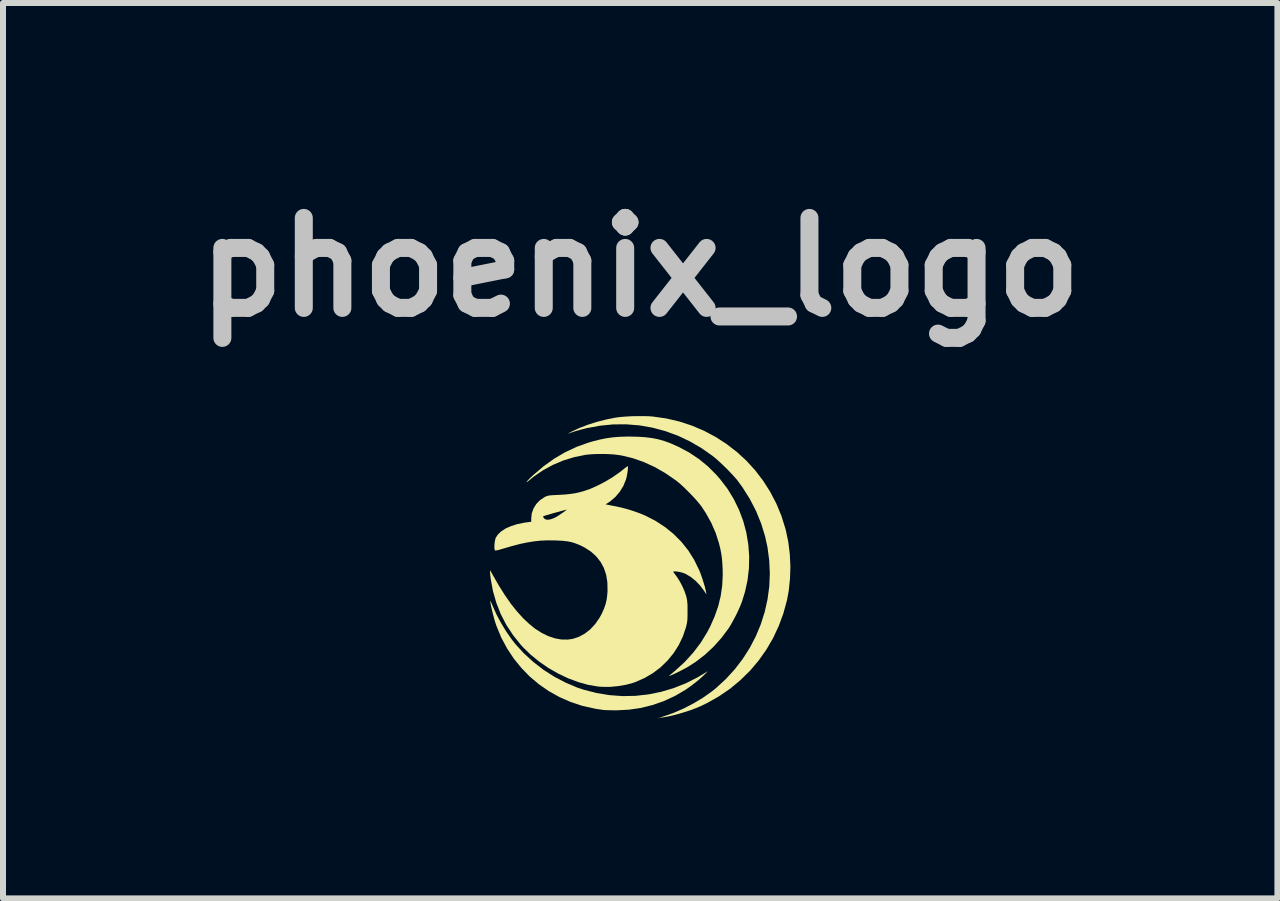
<source format=kicad_pcb>
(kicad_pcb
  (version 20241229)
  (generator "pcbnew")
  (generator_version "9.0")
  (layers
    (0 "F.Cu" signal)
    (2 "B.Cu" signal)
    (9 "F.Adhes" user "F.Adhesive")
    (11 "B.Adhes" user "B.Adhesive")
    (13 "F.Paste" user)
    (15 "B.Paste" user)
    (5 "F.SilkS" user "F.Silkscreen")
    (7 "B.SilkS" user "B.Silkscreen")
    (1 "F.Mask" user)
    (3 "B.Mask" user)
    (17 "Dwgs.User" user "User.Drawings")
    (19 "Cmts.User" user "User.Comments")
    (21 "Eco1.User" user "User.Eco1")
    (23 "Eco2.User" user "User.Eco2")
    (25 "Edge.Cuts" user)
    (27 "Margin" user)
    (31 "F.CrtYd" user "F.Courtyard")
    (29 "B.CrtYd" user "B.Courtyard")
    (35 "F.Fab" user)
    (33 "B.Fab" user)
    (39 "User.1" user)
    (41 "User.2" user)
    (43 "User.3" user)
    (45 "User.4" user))
  (footprint "phoenix_logo"
    (layer "F.Cu")
    (at 7.621 6.404)
    (property "Reference" "phoenix_logo" (at 0 -5 0) (layer "Dwgs.User") (effects (font (size 1.5 1.5) (thickness 0.3))))
    (attr board_only exclude_from_pos_files exclude_from_bom)
    (fp_poly (pts (xy 0.306 2.516) (xy 0.301 2.521) (xy 0.296 2.516) (xy 0.301 2.51)) (stroke (width 0) (type solid)) (fill yes) (layer "F.SilkS"))
    (fp_poly (pts (xy -2.496 0.563) (xy -2.487 0.582) (xy -2.473 0.613) (xy -2.459 0.646) (xy -2.396 0.787) (xy -2.319 0.931) (xy -2.233 1.072) (xy -2.142 1.203) (xy -2.079 1.283) (xy -1.938 1.437) (xy -1.781 1.58) (xy -1.613 1.71) (xy -1.433 1.825) (xy -1.246 1.923) (xy -1.054 2.005) (xy -0.944 2.042) (xy -0.73 2.097) (xy -0.513 2.133) (xy -0.296 2.149) (xy -0.079 2.145) (xy 0.136 2.121) (xy 0.349 2.078) (xy 0.558 2.016) (xy 0.762 1.935) (xy 0.96 1.835) (xy 1.072 1.768) (xy 1.128 1.733) (xy 1.087 1.776) (xy 1.04 1.821) (xy 0.981 1.874) (xy 0.913 1.929) (xy 0.843 1.982) (xy 0.774 2.031) (xy 0.755 2.044) (xy 0.581 2.146) (xy 0.397 2.231) (xy 0.206 2.298) (xy 0.008 2.347) (xy -0.192 2.376) (xy -0.394 2.386) (xy -0.416 2.386) (xy -0.473 2.385) (xy -0.527 2.384) (xy -0.571 2.383) (xy -0.601 2.381) (xy -0.607 2.381) (xy -0.634 2.377) (xy -0.675 2.371) (xy -0.724 2.364) (xy -0.761 2.357) (xy -0.964 2.312) (xy -1.158 2.248) (xy -1.344 2.166) (xy -1.52 2.068) (xy -1.685 1.954) (xy -1.839 1.825) (xy -1.979 1.681) (xy -2.106 1.525) (xy -2.218 1.356) (xy -2.315 1.175) (xy -2.394 0.984) (xy -2.407 0.947) (xy -2.422 0.901) (xy -2.437 0.846) (xy -2.453 0.786) (xy -2.468 0.725) (xy -2.481 0.668) (xy -2.492 0.618) (xy -2.498 0.58) (xy -2.5 0.56)) (stroke (width 0) (type solid)) (fill yes) (layer "F.SilkS"))
    (fp_poly (pts (xy 0.141 -2.516) (xy 0.209 -2.511) (xy 0.434 -2.479) (xy 0.653 -2.428) (xy 0.864 -2.359) (xy 1.066 -2.273) (xy 1.259 -2.17) (xy 1.441 -2.052) (xy 1.612 -1.92) (xy 1.772 -1.773) (xy 1.918 -1.613) (xy 2.05 -1.44) (xy 2.167 -1.256) (xy 2.269 -1.061) (xy 2.354 -0.856) (xy 2.421 -0.641) (xy 2.428 -0.615) (xy 2.469 -0.42) (xy 2.494 -0.217) (xy 2.504 -0.011) (xy 2.497 0.195) (xy 2.476 0.395) (xy 2.448 0.546) (xy 2.388 0.767) (xy 2.31 0.98) (xy 2.215 1.183) (xy 2.102 1.376) (xy 1.974 1.557) (xy 1.831 1.726) (xy 1.672 1.882) (xy 1.5 2.025) (xy 1.313 2.153) (xy 1.115 2.265) (xy 1.005 2.318) (xy 0.928 2.35) (xy 0.841 2.383) (xy 0.746 2.414) (xy 0.65 2.443) (xy 0.557 2.468) (xy 0.472 2.488) (xy 0.398 2.501) (xy 0.372 2.505) (xy 0.311 2.511) (xy 0.394 2.486) (xy 0.559 2.428) (xy 0.726 2.355) (xy 0.89 2.27) (xy 1.047 2.176) (xy 1.191 2.074) (xy 1.26 2.019) (xy 1.427 1.866) (xy 1.577 1.702) (xy 1.711 1.527) (xy 1.828 1.343) (xy 1.928 1.151) (xy 2.011 0.951) (xy 2.076 0.745) (xy 2.123 0.535) (xy 2.152 0.321) (xy 2.161 0.104) (xy 2.151 -0.114) (xy 2.122 -0.333) (xy 2.082 -0.514) (xy 2.016 -0.729) (xy 1.931 -0.937) (xy 1.827 -1.138) (xy 1.706 -1.33) (xy 1.616 -1.453) (xy 1.575 -1.5) (xy 1.523 -1.557) (xy 1.464 -1.619) (xy 1.4 -1.682) (xy 1.336 -1.743) (xy 1.277 -1.797) (xy 1.225 -1.84) (xy 1.214 -1.849) (xy 1.026 -1.982) (xy 0.83 -2.096) (xy 0.627 -2.192) (xy 0.419 -2.268) (xy 0.207 -2.325) (xy -0.009 -2.363) (xy -0.228 -2.381) (xy -0.449 -2.38) (xy -0.671 -2.358) (xy -0.893 -2.317) (xy -0.991 -2.292) (xy -1.044 -2.277) (xy -1.092 -2.263) (xy -1.132 -2.25) (xy -1.157 -2.241) (xy -1.159 -2.241) (xy -1.189 -2.229) (xy -1.201 -2.226) (xy -1.195 -2.231) (xy -1.172 -2.244) (xy -1.148 -2.257) (xy -1.018 -2.318) (xy -0.873 -2.374) (xy -0.718 -2.423) (xy -0.56 -2.463) (xy -0.403 -2.494) (xy -0.393 -2.495) (xy -0.321 -2.504) (xy -0.234 -2.511) (xy -0.139 -2.516) (xy -0.041 -2.518) (xy 0.055 -2.518)) (stroke (width 0) (type solid)) (fill yes) (layer "F.SilkS"))
    (fp_poly (pts (xy -0.039 -2.174) (xy 0.086 -2.166) (xy 0.198 -2.152) (xy 0.304 -2.131) (xy 0.407 -2.101) (xy 0.511 -2.063) (xy 0.62 -2.014) (xy 0.638 -2.006) (xy 0.815 -1.912) (xy 0.977 -1.804) (xy 1.128 -1.681) (xy 1.268 -1.541) (xy 1.335 -1.464) (xy 1.457 -1.304) (xy 1.561 -1.133) (xy 1.648 -0.954) (xy 1.718 -0.768) (xy 1.769 -0.577) (xy 1.802 -0.381) (xy 1.817 -0.183) (xy 1.813 0.016) (xy 1.79 0.215) (xy 1.747 0.412) (xy 1.696 0.576) (xy 1.668 0.647) (xy 1.632 0.728) (xy 1.591 0.813) (xy 1.547 0.895) (xy 1.505 0.97) (xy 1.472 1.022) (xy 1.354 1.18) (xy 1.222 1.327) (xy 1.077 1.462) (xy 0.923 1.58) (xy 0.8 1.659) (xy 0.759 1.682) (xy 0.713 1.707) (xy 0.664 1.732) (xy 0.617 1.756) (xy 0.572 1.777) (xy 0.533 1.795) (xy 0.504 1.807) (xy 0.486 1.813) (xy 0.482 1.811) (xy 0.485 1.809) (xy 0.496 1.799) (xy 0.52 1.779) (xy 0.552 1.752) (xy 0.582 1.727) (xy 0.74 1.583) (xy 0.883 1.426) (xy 1.01 1.259) (xy 1.119 1.081) (xy 1.169 0.985) (xy 1.244 0.814) (xy 1.302 0.647) (xy 1.342 0.48) (xy 1.367 0.31) (xy 1.376 0.132) (xy 1.375 0.041) (xy 1.37 -0.058) (xy 1.363 -0.144) (xy 1.352 -0.223) (xy 1.337 -0.303) (xy 1.315 -0.39) (xy 1.312 -0.403) (xy 1.258 -0.571) (xy 1.185 -0.739) (xy 1.094 -0.902) (xy 1.023 -1.01) (xy 0.983 -1.062) (xy 0.931 -1.123) (xy 0.87 -1.189) (xy 0.805 -1.256) (xy 0.74 -1.321) (xy 0.677 -1.379) (xy 0.62 -1.427) (xy 0.597 -1.445) (xy 0.42 -1.567) (xy 0.24 -1.67) (xy 0.058 -1.753) (xy -0.124 -1.817) (xy -0.307 -1.861) (xy -0.378 -1.872) (xy -0.452 -1.88) (xy -0.539 -1.885) (xy -0.633 -1.887) (xy -0.727 -1.886) (xy -0.815 -1.882) (xy -0.892 -1.875) (xy -0.913 -1.872) (xy -1.1 -1.834) (xy -1.282 -1.778) (xy -1.457 -1.704) (xy -1.622 -1.614) (xy -1.775 -1.509) (xy -1.836 -1.459) (xy -1.869 -1.432) (xy -1.888 -1.419) (xy -1.895 -1.417) (xy -1.89 -1.427) (xy -1.874 -1.446) (xy -1.848 -1.473) (xy -1.813 -1.507) (xy -1.777 -1.54) (xy -1.606 -1.685) (xy -1.431 -1.81) (xy -1.25 -1.916) (xy -1.061 -2.005) (xy -0.865 -2.075) (xy -0.791 -2.097) (xy -0.673 -2.127) (xy -0.563 -2.149) (xy -0.456 -2.164) (xy -0.344 -2.173) (xy -0.221 -2.177) (xy -0.179 -2.177)) (stroke (width 0) (type solid)) (fill yes) (layer "F.SilkS"))
    (fp_poly (pts (xy -0.204 -1.675) (xy -0.204 -1.65) (xy -0.207 -1.614) (xy -0.213 -1.572) (xy -0.221 -1.527) (xy -0.23 -1.485) (xy -0.239 -1.455) (xy -0.281 -1.353) (xy -0.34 -1.257) (xy -0.412 -1.172) (xy -0.496 -1.1) (xy -0.52 -1.083) (xy -0.577 -1.047) (xy -0.541 -1.04) (xy -0.516 -1.035) (xy -0.478 -1.027) (xy -0.43 -1.018) (xy -0.388 -1.01) (xy -0.299 -0.99) (xy -0.2 -0.963) (xy -0.099 -0.931) (xy -0.003 -0.896) (xy 0.08 -0.862) (xy 0.082 -0.861) (xy 0.256 -0.772) (xy 0.415 -0.668) (xy 0.559 -0.551) (xy 0.689 -0.42) (xy 0.803 -0.277) (xy 0.901 -0.12) (xy 0.983 0.049) (xy 0.984 0.05) (xy 1.009 0.113) (xy 1.034 0.185) (xy 1.057 0.258) (xy 1.078 0.327) (xy 1.092 0.387) (xy 1.098 0.413) (xy 1.105 0.454) (xy 1.064 0.393) (xy 0.998 0.305) (xy 0.923 0.227) (xy 0.843 0.163) (xy 0.761 0.114) (xy 0.717 0.096) (xy 0.682 0.086) (xy 0.643 0.078) (xy 0.606 0.072) (xy 0.575 0.07) (xy 0.555 0.072) (xy 0.551 0.076) (xy 0.557 0.086) (xy 0.572 0.107) (xy 0.594 0.137) (xy 0.604 0.15) (xy 0.652 0.223) (xy 0.698 0.308) (xy 0.738 0.397) (xy 0.767 0.482) (xy 0.767 0.485) (xy 0.776 0.52) (xy 0.782 0.554) (xy 0.786 0.592) (xy 0.789 0.638) (xy 0.789 0.697) (xy 0.789 0.735) (xy 0.789 0.801) (xy 0.788 0.853) (xy 0.785 0.894) (xy 0.78 0.93) (xy 0.772 0.966) (xy 0.763 1.003) (xy 0.711 1.156) (xy 0.642 1.3) (xy 0.556 1.435) (xy 0.455 1.558) (xy 0.34 1.669) (xy 0.212 1.766) (xy 0.072 1.848) (xy -0.078 1.914) (xy -0.117 1.928) (xy -0.235 1.96) (xy -0.364 1.982) (xy -0.496 1.995) (xy -0.623 1.995) (xy -0.699 1.99) (xy -0.865 1.962) (xy -1.034 1.915) (xy -1.202 1.852) (xy -1.368 1.773) (xy -1.529 1.681) (xy -1.683 1.575) (xy -1.825 1.459) (xy -1.955 1.333) (xy -1.99 1.294) (xy -2.119 1.133) (xy -2.231 0.962) (xy -2.324 0.782) (xy -2.398 0.594) (xy -2.454 0.399) (xy -2.491 0.196) (xy -2.499 0.13) (xy -2.502 0.093) (xy -2.504 0.065) (xy -2.504 0.052) (xy -2.504 0.051) (xy -2.498 0.059) (xy -2.485 0.081) (xy -2.467 0.112) (xy -2.463 0.12) (xy -2.359 0.302) (xy -2.257 0.464) (xy -2.156 0.609) (xy -2.055 0.736) (xy -1.954 0.848) (xy -1.851 0.945) (xy -1.754 1.024) (xy -1.645 1.094) (xy -1.533 1.149) (xy -1.422 1.186) (xy -1.312 1.206) (xy -1.206 1.207) (xy -1.123 1.195) (xy -1.019 1.16) (xy -0.921 1.106) (xy -0.831 1.036) (xy -0.75 0.948) (xy -0.679 0.846) (xy -0.643 0.781) (xy -0.603 0.692) (xy -0.574 0.608) (xy -0.556 0.523) (xy -0.546 0.428) (xy -0.544 0.386) (xy -0.547 0.252) (xy -0.567 0.127) (xy -0.605 0.014) (xy -0.66 -0.088) (xy -0.732 -0.179) (xy -0.82 -0.259) (xy -0.925 -0.327) (xy -0.964 -0.347) (xy -1.031 -0.378) (xy -1.092 -0.401) (xy -1.153 -0.419) (xy -1.217 -0.431) (xy -1.289 -0.439) (xy -1.374 -0.444) (xy -1.434 -0.446) (xy -1.55 -0.447) (xy -1.661 -0.442) (xy -1.771 -0.43) (xy -1.883 -0.412) (xy -2.003 -0.387) (xy -2.133 -0.353) (xy -2.257 -0.317) (xy -2.319 -0.299) (xy -2.363 -0.286) (xy -2.393 -0.28) (xy -2.412 -0.278) (xy -2.421 -0.28) (xy -2.423 -0.283) (xy -2.429 -0.312) (xy -2.43 -0.353) (xy -2.427 -0.4) (xy -2.42 -0.445) (xy -2.411 -0.48) (xy -2.409 -0.487) (xy -2.372 -0.545) (xy -2.316 -0.597) (xy -2.244 -0.644) (xy -2.156 -0.683) (xy -2.054 -0.716) (xy -1.939 -0.74) (xy -1.906 -0.745) (xy -1.816 -0.757) (xy -1.816 -0.81) (xy -1.813 -0.844) (xy -1.618 -0.844) (xy -1.612 -0.826) (xy -1.612 -0.826) (xy -1.588 -0.801) (xy -1.551 -0.79) (xy -1.503 -0.795) (xy -1.446 -0.814) (xy -1.42 -0.826) (xy -1.393 -0.841) (xy -1.36 -0.861) (xy -1.325 -0.885) (xy -1.29 -0.908) (xy -1.26 -0.93) (xy -1.238 -0.947) (xy -1.227 -0.957) (xy -1.228 -0.959) (xy -1.239 -0.957) (xy -1.267 -0.949) (xy -1.306 -0.939) (xy -1.354 -0.925) (xy -1.406 -0.911) (xy -1.46 -0.896) (xy -1.51 -0.881) (xy -1.555 -0.868) (xy -1.589 -0.858) (xy -1.609 -0.852) (xy -1.61 -0.852) (xy -1.618 -0.844) (xy -1.813 -0.844) (xy -1.807 -0.897) (xy -1.778 -0.978) (xy -1.733 -1.052) (xy -1.672 -1.115) (xy -1.597 -1.166) (xy -1.59 -1.17) (xy -1.569 -1.18) (xy -1.549 -1.187) (xy -1.526 -1.193) (xy -1.497 -1.197) (xy -1.457 -1.2) (xy -1.403 -1.203) (xy -1.357 -1.205) (xy -1.255 -1.211) (xy -1.167 -1.22) (xy -1.087 -1.232) (xy -1.009 -1.249) (xy -0.944 -1.267) (xy -0.83 -1.306) (xy -0.71 -1.36) (xy -0.586 -1.424) (xy -0.464 -1.497) (xy -0.349 -1.577) (xy -0.288 -1.624) (xy -0.256 -1.65) (xy -0.229 -1.67) (xy -0.212 -1.682) (xy -0.208 -1.684)) (stroke (width 0) (type solid)) (fill yes) (layer "F.SilkS")))
  (gr_rect
    (start -3 -3)
    (end 18.243 11.925)
    (stroke (width 0.1) (type default))
    (fill no)
    (layer "Edge.Cuts")))
</source>
